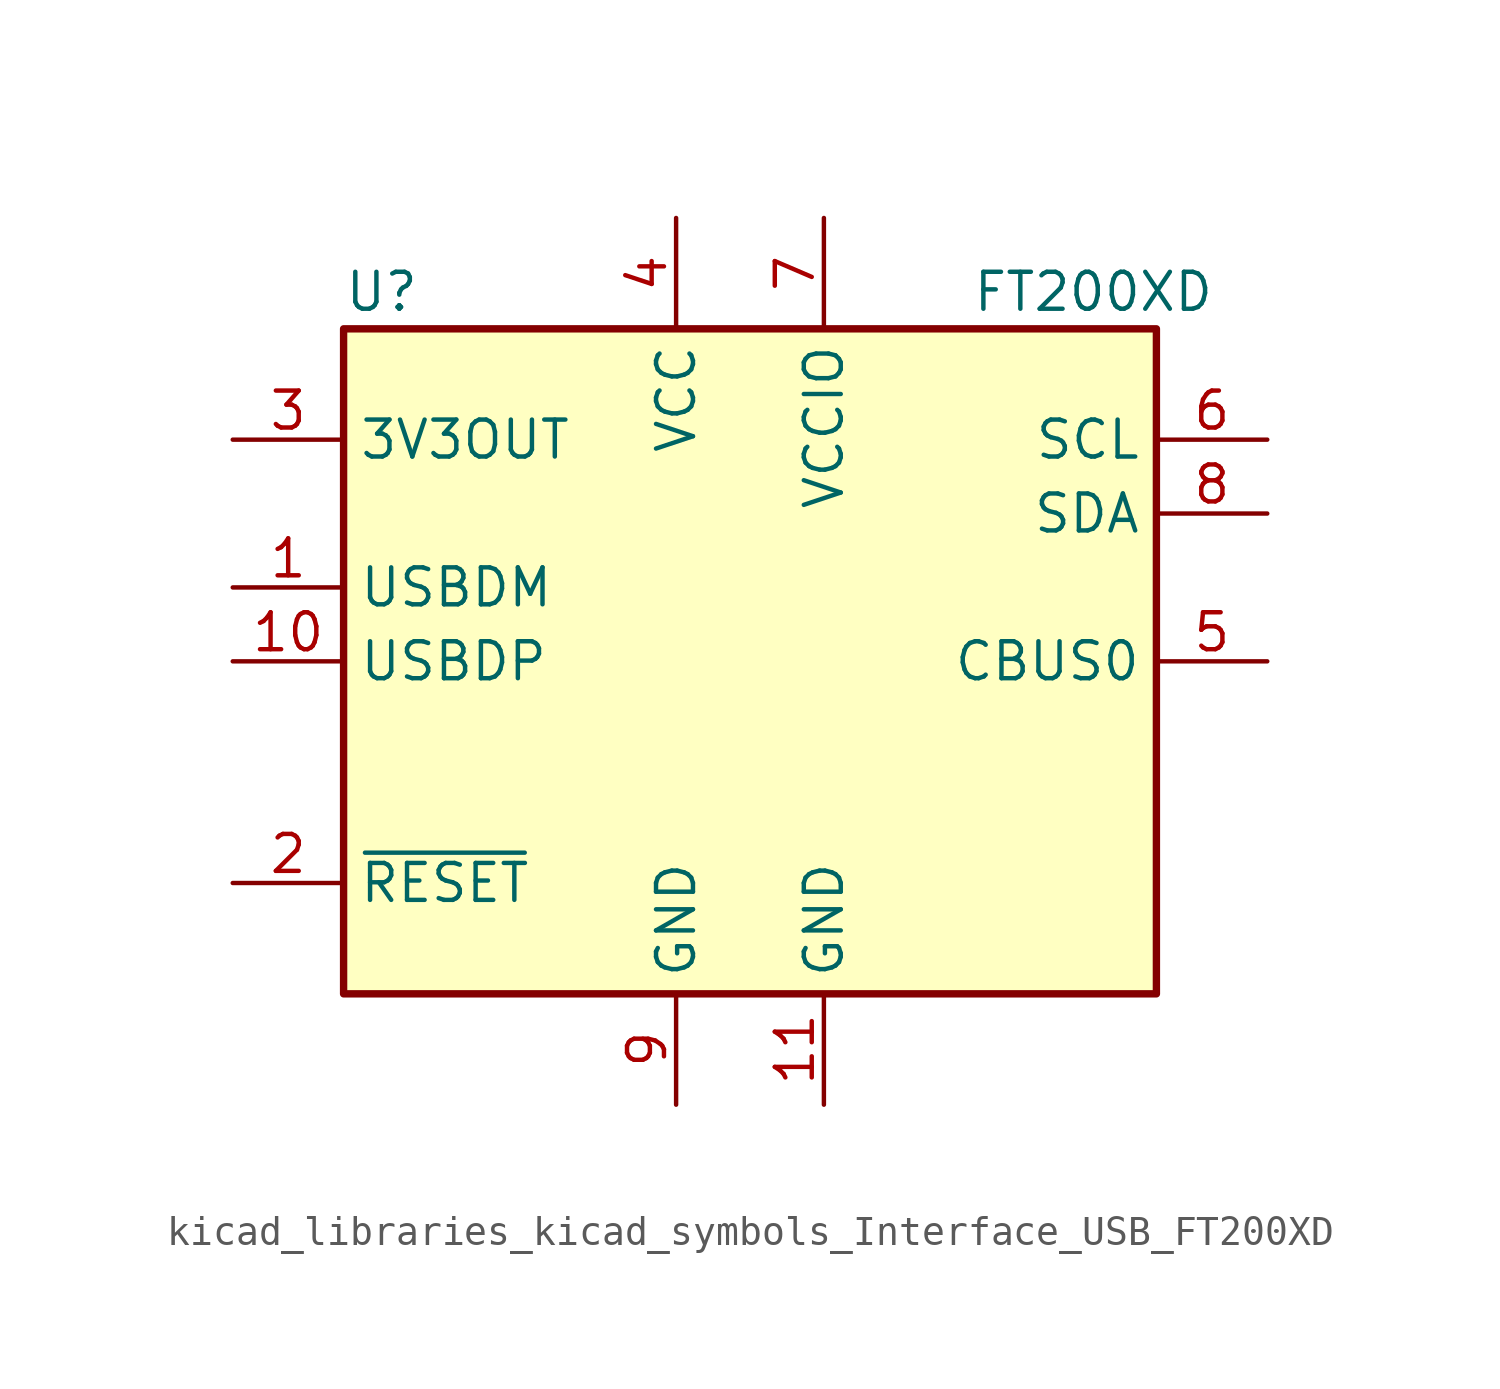
<source format=kicad_sym>
(kicad_symbol_lib
  (version 20220914)
  (generator kicad_symbol_editor)
  (symbol "kicad_libraries_kicad_symbols_Interface_USB_FT200XD"
    (property "Reference" "U"
      (at -13.97 12.7 0)
      (effects (font (size 1.27 1.27)) (justify left)))
    (property "Value" "FT200XD"
      (at 7.62 12.7 0)
      (effects (font (size 1.27 1.27)) (justify left)))
    (symbol "kicad_libraries_kicad_symbols_Interface_USB_FT200XD_0_1"
      (rectangle (start -13.97 11.43) (end 13.97 -11.43) (stroke (width 0.254) (type default)) (fill (type background))))
    (symbol "kicad_libraries_kicad_symbols_Interface_USB_FT200XD_1_1"
      (pin input line (at -17.78 2.54 0) (length 3.81) (name "USBDM" (effects (font (size 1.27 1.27)))) (number "1" (effects (font (size 1.27 1.27)))))
      (pin input line (at -17.78 0 0) (length 3.81) (name "USBDP" (effects (font (size 1.27 1.27)))) (number "10" (effects (font (size 1.27 1.27)))))
      (pin power_in line (at 2.54 -15.24 90) (length 3.81) (name "GND" (effects (font (size 1.27 1.27)))) (number "11" (effects (font (size 1.27 1.27)))))
      (pin input line (at -17.78 -7.62 0) (length 3.81) (name "~{RESET}" (effects (font (size 1.27 1.27)))) (number "2" (effects (font (size 1.27 1.27)))))
      (pin power_out line (at -17.78 7.62 0) (length 3.81) (name "3V3OUT" (effects (font (size 1.27 1.27)))) (number "3" (effects (font (size 1.27 1.27)))))
      (pin power_in line (at -2.54 15.24 270) (length 3.81) (name "VCC" (effects (font (size 1.27 1.27)))) (number "4" (effects (font (size 1.27 1.27)))))
      (pin bidirectional line (at 17.78 0 180) (length 3.81) (name "CBUS0" (effects (font (size 1.27 1.27)))) (number "5" (effects (font (size 1.27 1.27)))))
      (pin input line (at 17.78 7.62 180) (length 3.81) (name "SCL" (effects (font (size 1.27 1.27)))) (number "6" (effects (font (size 1.27 1.27)))))
      (pin power_in line (at 2.54 15.24 270) (length 3.81) (name "VCCIO" (effects (font (size 1.27 1.27)))) (number "7" (effects (font (size 1.27 1.27)))))
      (pin bidirectional line (at 17.78 5.08 180) (length 3.81) (name "SDA" (effects (font (size 1.27 1.27)))) (number "8" (effects (font (size 1.27 1.27)))))
      (pin power_in line (at -2.54 -15.24 90) (length 3.81) (name "GND" (effects (font (size 1.27 1.27)))) (number "9" (effects (font (size 1.27 1.27))))))))
</source>
